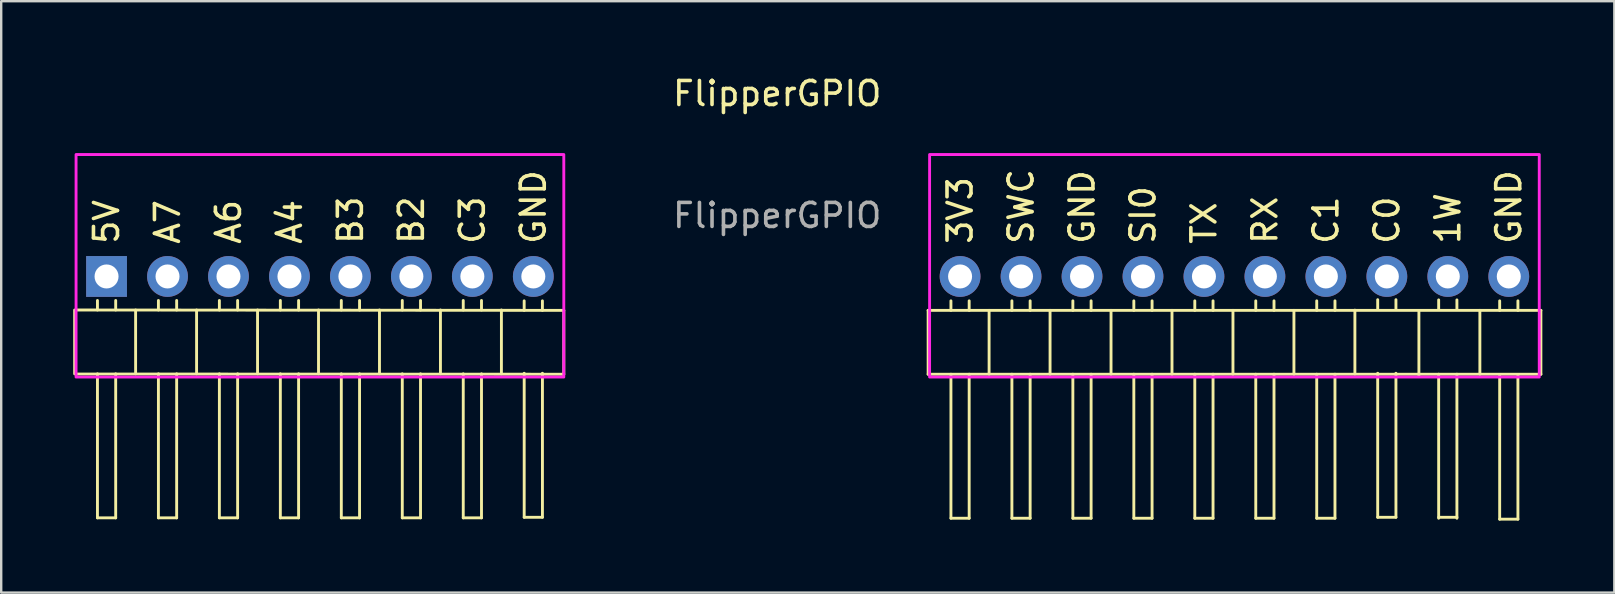
<source format=kicad_pcb>
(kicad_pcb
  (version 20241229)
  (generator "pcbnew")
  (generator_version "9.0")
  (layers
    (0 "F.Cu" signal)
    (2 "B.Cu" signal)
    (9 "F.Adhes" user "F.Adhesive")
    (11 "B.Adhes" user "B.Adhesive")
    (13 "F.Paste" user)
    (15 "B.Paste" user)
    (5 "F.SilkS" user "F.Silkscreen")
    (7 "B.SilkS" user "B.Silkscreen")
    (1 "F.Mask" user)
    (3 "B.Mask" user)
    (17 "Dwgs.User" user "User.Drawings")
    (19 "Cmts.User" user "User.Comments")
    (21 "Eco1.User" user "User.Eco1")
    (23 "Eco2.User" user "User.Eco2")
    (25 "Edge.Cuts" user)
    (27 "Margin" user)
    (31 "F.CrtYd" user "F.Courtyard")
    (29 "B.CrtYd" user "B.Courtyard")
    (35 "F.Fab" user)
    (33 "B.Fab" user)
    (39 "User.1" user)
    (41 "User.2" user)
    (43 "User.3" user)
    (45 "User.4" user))
  (footprint "FlipperGPIO"
    (layer "F.Cu")
    (at 19.169 8.468)
    (property "Reference" "FlipperGPIO" (at 10.16 -7.62 0) (unlocked yes) (layer "F.SilkS") (effects (font (size 1 1) (thickness 0.15))))
    (attr through_hole)
    (fp_line (start -19.109 1.397) (end -19.109 4.057) (stroke (width 0.12) (type solid)) (layer "F.SilkS"))
    (fp_line (start -19.05 4.064) (end 1.27 4.073) (stroke (width 0.12) (type solid)) (layer "F.SilkS"))
    (fp_line (start -18.159 1) (end -18.159 1.397) (stroke (width 0.12) (type solid)) (layer "F.SilkS"))
    (fp_line (start -18.159 10.057) (end -18.159 4.057) (stroke (width 0.12) (type solid)) (layer "F.SilkS"))
    (fp_line (start -17.399 1) (end -17.399 1.397) (stroke (width 0.12) (type solid)) (layer "F.SilkS"))
    (fp_line (start -17.399 4.057) (end -17.399 10.057) (stroke (width 0.12) (type solid)) (layer "F.SilkS"))
    (fp_line (start -17.399 10.057) (end -18.159 10.057) (stroke (width 0.12) (type solid)) (layer "F.SilkS"))
    (fp_line (start -16.569 1.397) (end -16.569 4.057) (stroke (width 0.12) (type solid)) (layer "F.SilkS"))
    (fp_line (start -15.619 1) (end -15.619 1.397) (stroke (width 0.12) (type solid)) (layer "F.SilkS"))
    (fp_line (start -15.619 10.057) (end -15.619 4.057) (stroke (width 0.12) (type solid)) (layer "F.SilkS"))
    (fp_line (start -14.859 1) (end -14.859 1.397) (stroke (width 0.12) (type solid)) (layer "F.SilkS"))
    (fp_line (start -14.859 4.057) (end -14.859 10.057) (stroke (width 0.12) (type solid)) (layer "F.SilkS"))
    (fp_line (start -14.859 10.057) (end -15.619 10.057) (stroke (width 0.12) (type solid)) (layer "F.SilkS"))
    (fp_line (start -14.029 1.397) (end -14.029 4.057) (stroke (width 0.12) (type solid)) (layer "F.SilkS"))
    (fp_line (start -13.079 1) (end -13.079 1.397) (stroke (width 0.12) (type solid)) (layer "F.SilkS"))
    (fp_line (start -13.079 10.057) (end -13.079 4.057) (stroke (width 0.12) (type solid)) (layer "F.SilkS"))
    (fp_line (start -12.319 1) (end -12.319 1.397) (stroke (width 0.12) (type solid)) (layer "F.SilkS"))
    (fp_line (start -12.319 4.057) (end -12.319 10.057) (stroke (width 0.12) (type solid)) (layer "F.SilkS"))
    (fp_line (start -12.319 10.057) (end -13.079 10.057) (stroke (width 0.12) (type solid)) (layer "F.SilkS"))
    (fp_line (start -11.489 1.397) (end -11.489 4.057) (stroke (width 0.12) (type solid)) (layer "F.SilkS"))
    (fp_line (start -10.539 1) (end -10.539 1.397) (stroke (width 0.12) (type solid)) (layer "F.SilkS"))
    (fp_line (start -10.539 10.057) (end -10.539 4.057) (stroke (width 0.12) (type solid)) (layer "F.SilkS"))
    (fp_line (start -9.779 1) (end -9.779 1.397) (stroke (width 0.12) (type solid)) (layer "F.SilkS"))
    (fp_line (start -9.779 4.057) (end -9.779 10.057) (stroke (width 0.12) (type solid)) (layer "F.SilkS"))
    (fp_line (start -9.779 10.057) (end -10.539 10.057) (stroke (width 0.12) (type solid)) (layer "F.SilkS"))
    (fp_line (start -8.949 1.397) (end -8.949 4.057) (stroke (width 0.12) (type solid)) (layer "F.SilkS"))
    (fp_line (start -7.999 1) (end -7.999 1.397) (stroke (width 0.12) (type solid)) (layer "F.SilkS"))
    (fp_line (start -7.999 10.057) (end -7.999 4.057) (stroke (width 0.12) (type solid)) (layer "F.SilkS"))
    (fp_line (start -7.239 1) (end -7.239 1.397) (stroke (width 0.12) (type solid)) (layer "F.SilkS"))
    (fp_line (start -7.239 4.057) (end -7.239 10.057) (stroke (width 0.12) (type solid)) (layer "F.SilkS"))
    (fp_line (start -7.239 10.057) (end -7.999 10.057) (stroke (width 0.12) (type solid)) (layer "F.SilkS"))
    (fp_line (start -6.409 1.397) (end -6.409 4.057) (stroke (width 0.12) (type solid)) (layer "F.SilkS"))
    (fp_line (start -5.459 1) (end -5.459 1.397) (stroke (width 0.12) (type solid)) (layer "F.SilkS"))
    (fp_line (start -5.459 10.057) (end -5.459 4.057) (stroke (width 0.12) (type solid)) (layer "F.SilkS"))
    (fp_line (start -4.699 1) (end -4.699 1.397) (stroke (width 0.12) (type solid)) (layer "F.SilkS"))
    (fp_line (start -4.699 4.057) (end -4.699 10.057) (stroke (width 0.12) (type solid)) (layer "F.SilkS"))
    (fp_line (start -4.699 10.057) (end -5.459 10.057) (stroke (width 0.12) (type solid)) (layer "F.SilkS"))
    (fp_line (start -3.869 1.397) (end -3.869 4.057) (stroke (width 0.12) (type solid)) (layer "F.SilkS"))
    (fp_line (start -2.919 1) (end -2.919 1.397) (stroke (width 0.12) (type solid)) (layer "F.SilkS"))
    (fp_line (start -2.919 10.057) (end -2.919 4.057) (stroke (width 0.12) (type solid)) (layer "F.SilkS"))
    (fp_line (start -2.159 1) (end -2.159 1.397) (stroke (width 0.12) (type solid)) (layer "F.SilkS"))
    (fp_line (start -2.159 4.057) (end -2.159 10.057) (stroke (width 0.12) (type solid)) (layer "F.SilkS"))
    (fp_line (start -2.159 10.057) (end -2.919 10.057) (stroke (width 0.12) (type solid)) (layer "F.SilkS"))
    (fp_line (start -1.329 1.397) (end -1.329 4.057) (stroke (width 0.12) (type solid)) (layer "F.SilkS"))
    (fp_line (start -0.381 1.016) (end -0.381 1.413) (stroke (width 0.12) (type solid)) (layer "F.SilkS"))
    (fp_line (start -0.38 10.033) (end -0.38 4.033) (stroke (width 0.12) (type solid)) (layer "F.SilkS"))
    (fp_line (start 0.379 1.016) (end 0.379 1.413) (stroke (width 0.12) (type solid)) (layer "F.SilkS"))
    (fp_line (start 0.38 4.033) (end 0.38 10.033) (stroke (width 0.12) (type solid)) (layer "F.SilkS"))
    (fp_line (start 0.38 10.033) (end -0.38 10.033) (stroke (width 0.12) (type solid)) (layer "F.SilkS"))
    (fp_line (start 1.27 1.413) (end -19.05 1.397) (stroke (width 0.12) (type solid)) (layer "F.SilkS"))
    (fp_line (start 1.27 1.413) (end 1.27 4.073) (stroke (width 0.12) (type solid)) (layer "F.SilkS"))
    (fp_line (start 16.449 1.413) (end 16.449 4.073) (stroke (width 0.12) (type solid)) (layer "F.SilkS"))
    (fp_line (start 16.449 1.413) (end 41.978 1.413) (stroke (width 0.12) (type solid)) (layer "F.SilkS"))
    (fp_line (start 16.449 4.073) (end 41.978 4.073) (stroke (width 0.12) (type solid)) (layer "F.SilkS"))
    (fp_line (start 17.399 1.016) (end 17.399 1.413) (stroke (width 0.12) (type solid)) (layer "F.SilkS"))
    (fp_line (start 17.399 10.073) (end 17.399 4.073) (stroke (width 0.12) (type solid)) (layer "F.SilkS"))
    (fp_line (start 18.159 1.016) (end 18.159 1.413) (stroke (width 0.12) (type solid)) (layer "F.SilkS"))
    (fp_line (start 18.159 4.073) (end 18.159 10.073) (stroke (width 0.12) (type solid)) (layer "F.SilkS"))
    (fp_line (start 18.159 10.073) (end 17.399 10.073) (stroke (width 0.12) (type solid)) (layer "F.SilkS"))
    (fp_line (start 18.989 1.413) (end 18.989 4.073) (stroke (width 0.12) (type solid)) (layer "F.SilkS"))
    (fp_line (start 19.939 1.016) (end 19.939 1.413) (stroke (width 0.12) (type solid)) (layer "F.SilkS"))
    (fp_line (start 19.939 10.073) (end 19.939 4.073) (stroke (width 0.12) (type solid)) (layer "F.SilkS"))
    (fp_line (start 20.699 1.016) (end 20.699 1.413) (stroke (width 0.12) (type solid)) (layer "F.SilkS"))
    (fp_line (start 20.699 4.073) (end 20.699 10.073) (stroke (width 0.12) (type solid)) (layer "F.SilkS"))
    (fp_line (start 20.699 10.073) (end 19.939 10.073) (stroke (width 0.12) (type solid)) (layer "F.SilkS"))
    (fp_line (start 21.529 1.413) (end 21.529 4.073) (stroke (width 0.12) (type solid)) (layer "F.SilkS"))
    (fp_line (start 22.479 1.016) (end 22.479 1.413) (stroke (width 0.12) (type solid)) (layer "F.SilkS"))
    (fp_line (start 22.479 10.073) (end 22.479 4.073) (stroke (width 0.12) (type solid)) (layer "F.SilkS"))
    (fp_line (start 23.239 1.016) (end 23.239 1.413) (stroke (width 0.12) (type solid)) (layer "F.SilkS"))
    (fp_line (start 23.239 4.073) (end 23.239 10.073) (stroke (width 0.12) (type solid)) (layer "F.SilkS"))
    (fp_line (start 23.239 10.073) (end 22.479 10.073) (stroke (width 0.12) (type solid)) (layer "F.SilkS"))
    (fp_line (start 24.069 1.413) (end 24.069 4.073) (stroke (width 0.12) (type solid)) (layer "F.SilkS"))
    (fp_line (start 25.019 1.016) (end 25.019 1.413) (stroke (width 0.12) (type solid)) (layer "F.SilkS"))
    (fp_line (start 25.019 10.073) (end 25.019 4.073) (stroke (width 0.12) (type solid)) (layer "F.SilkS"))
    (fp_line (start 25.779 1.016) (end 25.779 1.413) (stroke (width 0.12) (type solid)) (layer "F.SilkS"))
    (fp_line (start 25.779 4.073) (end 25.779 10.073) (stroke (width 0.12) (type solid)) (layer "F.SilkS"))
    (fp_line (start 25.779 10.073) (end 25.019 10.073) (stroke (width 0.12) (type solid)) (layer "F.SilkS"))
    (fp_line (start 26.609 1.413) (end 26.609 4.073) (stroke (width 0.12) (type solid)) (layer "F.SilkS"))
    (fp_line (start 27.559 1.016) (end 27.559 1.413) (stroke (width 0.12) (type solid)) (layer "F.SilkS"))
    (fp_line (start 27.559 10.073) (end 27.559 4.073) (stroke (width 0.12) (type solid)) (layer "F.SilkS"))
    (fp_line (start 28.319 1.016) (end 28.319 1.413) (stroke (width 0.12) (type solid)) (layer "F.SilkS"))
    (fp_line (start 28.319 4.073) (end 28.319 10.073) (stroke (width 0.12) (type solid)) (layer "F.SilkS"))
    (fp_line (start 28.319 10.073) (end 27.559 10.073) (stroke (width 0.12) (type solid)) (layer "F.SilkS"))
    (fp_line (start 29.149 1.413) (end 29.149 4.073) (stroke (width 0.12) (type solid)) (layer "F.SilkS"))
    (fp_line (start 30.099 1.016) (end 30.099 1.413) (stroke (width 0.12) (type solid)) (layer "F.SilkS"))
    (fp_line (start 30.099 10.073) (end 30.099 4.073) (stroke (width 0.12) (type solid)) (layer "F.SilkS"))
    (fp_line (start 30.859 1.016) (end 30.859 1.413) (stroke (width 0.12) (type solid)) (layer "F.SilkS"))
    (fp_line (start 30.859 4.073) (end 30.859 10.073) (stroke (width 0.12) (type solid)) (layer "F.SilkS"))
    (fp_line (start 30.859 10.073) (end 30.099 10.073) (stroke (width 0.12) (type solid)) (layer "F.SilkS"))
    (fp_line (start 31.689 1.413) (end 31.689 4.073) (stroke (width 0.12) (type solid)) (layer "F.SilkS"))
    (fp_line (start 32.639 1.016) (end 32.639 1.413) (stroke (width 0.12) (type solid)) (layer "F.SilkS"))
    (fp_line (start 32.639 10.073) (end 32.639 4.073) (stroke (width 0.12) (type solid)) (layer "F.SilkS"))
    (fp_line (start 33.399 1.016) (end 33.399 1.413) (stroke (width 0.12) (type solid)) (layer "F.SilkS"))
    (fp_line (start 33.399 4.073) (end 33.399 10.073) (stroke (width 0.12) (type solid)) (layer "F.SilkS"))
    (fp_line (start 33.399 10.073) (end 32.639 10.073) (stroke (width 0.12) (type solid)) (layer "F.SilkS"))
    (fp_line (start 34.229 1.404) (end 34.229 4.064) (stroke (width 0.12) (type solid)) (layer "F.SilkS"))
    (fp_line (start 35.179 0.968) (end 35.179 1.365) (stroke (width 0.12) (type solid)) (layer "F.SilkS"))
    (fp_line (start 35.179 10.033) (end 35.179 4.033) (stroke (width 0.12) (type solid)) (layer "F.SilkS"))
    (fp_line (start 35.939 0.968) (end 35.939 1.365) (stroke (width 0.12) (type solid)) (layer "F.SilkS"))
    (fp_line (start 35.939 4.033) (end 35.939 10.033) (stroke (width 0.12) (type solid)) (layer "F.SilkS"))
    (fp_line (start 35.939 10.033) (end 35.179 10.033) (stroke (width 0.12) (type solid)) (layer "F.SilkS"))
    (fp_line (start 36.896 1.462) (end 36.896 4.122) (stroke (width 0.12) (type solid)) (layer "F.SilkS"))
    (fp_line (start 37.719 0.977) (end 37.719 1.374) (stroke (width 0.12) (type solid)) (layer "F.SilkS"))
    (fp_line (start 37.719 10.073) (end 37.719 4.073) (stroke (width 0.12) (type solid)) (layer "F.SilkS"))
    (fp_line (start 38.479 0.977) (end 38.479 1.374) (stroke (width 0.12) (type solid)) (layer "F.SilkS"))
    (fp_line (start 38.479 4.073) (end 38.479 10.073) (stroke (width 0.12) (type solid)) (layer "F.SilkS"))
    (fp_line (start 38.48 10.033) (end 37.72 10.033) (stroke (width 0.12) (type solid)) (layer "F.SilkS"))
    (fp_line (start 39.436 1.413) (end 39.436 4.073) (stroke (width 0.12) (type solid)) (layer "F.SilkS"))
    (fp_line (start 40.261 1.016) (end 40.261 1.413) (stroke (width 0.12) (type solid)) (layer "F.SilkS"))
    (fp_line (start 40.261 10.112) (end 40.261 4.112) (stroke (width 0.12) (type solid)) (layer "F.SilkS"))
    (fp_line (start 41.021 1.016) (end 41.021 1.413) (stroke (width 0.12) (type solid)) (layer "F.SilkS"))
    (fp_line (start 41.021 4.112) (end 41.021 10.112) (stroke (width 0.12) (type solid)) (layer "F.SilkS"))
    (fp_line (start 41.021 10.112) (end 40.261 10.112) (stroke (width 0.12) (type solid)) (layer "F.SilkS"))
    (fp_line (start 41.978 1.413) (end 41.978 4.073) (stroke (width 0.12) (type solid)) (layer "F.SilkS"))
    (fp_rect (start 1.27 -5.08) (end -19.05 4.191) (stroke (width 0.12) (type solid)) (fill no) (layer "F.CrtYd"))
    (fp_rect (start 41.91 4.191) (end 16.51 -5.08) (stroke (width 0.12) (type solid)) (fill no) (layer "F.CrtYd"))
    (fp_text user "A6" (at -12.7 -1.27 90) (unlocked yes) (layer "F.SilkS") (effects (font (size 1 1) (thickness 0.15)) (justify left)))
    (fp_text user "B2" (at -5.08 -1.27 90) (unlocked yes) (layer "F.SilkS") (effects (font (size 1 1) (thickness 0.15)) (justify left)))
    (fp_text user "TX" (at 27.94 -1.27 90) (unlocked yes) (layer "F.SilkS") (effects (font (size 1 1) (thickness 0.15)) (justify left)))
    (fp_text user "1W" (at 38.1 -1.27 90) (unlocked yes) (layer "F.SilkS") (effects (font (size 1 1) (thickness 0.15)) (justify left)))
    (fp_text user "SWC" (at 20.32 -1.27 90) (unlocked yes) (layer "F.SilkS") (effects (font (size 1 1) (thickness 0.15)) (justify left)))
    (fp_text user "C3" (at -2.54 -1.27 90) (unlocked yes) (layer "F.SilkS") (effects (font (size 1 1) (thickness 0.15)) (justify left)))
    (fp_text user "B3" (at -7.62 -1.27 90) (unlocked yes) (layer "F.SilkS") (effects (font (size 1 1) (thickness 0.15)) (justify left)))
    (fp_text user "5V" (at -17.78 -1.27 90) (unlocked yes) (layer "F.SilkS") (effects (font (size 1 1) (thickness 0.15)) (justify left)))
    (fp_text user "A7" (at -15.24 -1.27 90) (unlocked yes) (layer "F.SilkS") (effects (font (size 1 1) (thickness 0.15)) (justify left)))
    (fp_text user "GND" (at 22.86 -1.27 90) (unlocked yes) (layer "F.SilkS") (effects (font (size 1 1) (thickness 0.15)) (justify left)))
    (fp_text user "GND" (at 40.64 -1.27 90) (unlocked yes) (layer "F.SilkS") (effects (font (size 1 1) (thickness 0.15)) (justify left)))
    (fp_text user "RX" (at 30.48 -1.27 90) (unlocked yes) (layer "F.SilkS") (effects (font (size 1 1) (thickness 0.15)) (justify left)))
    (fp_text user "GND" (at 0 -1.27 90) (unlocked yes) (layer "F.SilkS") (effects (font (size 1 1) (thickness 0.15)) (justify left)))
    (fp_text user "C1" (at 33.02 -1.27 90) (unlocked yes) (layer "F.SilkS") (effects (font (size 1 1) (thickness 0.15)) (justify left)))
    (fp_text user "3V3" (at 17.78 -1.27 90) (unlocked yes) (layer "F.SilkS") (effects (font (size 1 1) (thickness 0.15)) (justify left)))
    (fp_text user "A4" (at -10.16 -1.27 90) (unlocked yes) (layer "F.SilkS") (effects (font (size 1 1) (thickness 0.15)) (justify left)))
    (fp_text user "SI0" (at 25.4 -1.27 90) (unlocked yes) (layer "F.SilkS") (effects (font (size 1 1) (thickness 0.15)) (justify left)))
    (fp_text user "C0" (at 35.56 -1.27 90) (unlocked yes) (layer "F.SilkS") (effects (font (size 1 1) (thickness 0.15)) (justify left)))
    (fp_text user "${REFERENCE}" (at 10.16 -2.54 180) (layer "F.Fab") (effects (font (size 1 1) (thickness 0.15))))
    (pad "1" thru_hole rect (at -17.78 0 90) (size 1.7 1.7) (drill 1) (layers "*.Cu" "*.Mask"))
    (pad "2" thru_hole oval (at -15.24 0 90) (size 1.7 1.7) (drill 1) (layers "*.Cu" "*.Mask"))
    (pad "3" thru_hole oval (at -12.7 0 90) (size 1.7 1.7) (drill 1) (layers "*.Cu" "*.Mask"))
    (pad "4" thru_hole oval (at -10.16 0 90) (size 1.7 1.7) (drill 1) (layers "*.Cu" "*.Mask"))
    (pad "5" thru_hole oval (at -7.62 0 90) (size 1.7 1.7) (drill 1) (layers "*.Cu" "*.Mask"))
    (pad "6" thru_hole oval (at -5.08 0 90) (size 1.7 1.7) (drill 1) (layers "*.Cu" "*.Mask"))
    (pad "7" thru_hole oval (at -2.54 0 90) (size 1.7 1.7) (drill 1) (layers "*.Cu" "*.Mask"))
    (pad "8" thru_hole oval (at 0 0 90) (size 1.7 1.7) (drill 1) (layers "*.Cu" "*.Mask"))
    (pad "9" thru_hole circle (at 17.78 0 90) (size 1.7 1.7) (drill 1) (layers "*.Cu" "*.Mask"))
    (pad "10" thru_hole oval (at 20.32 0 90) (size 1.7 1.7) (drill 1) (layers "*.Cu" "*.Mask"))
    (pad "11" thru_hole oval (at 22.86 0 90) (size 1.7 1.7) (drill 1) (layers "*.Cu" "*.Mask"))
    (pad "12" thru_hole oval (at 25.4 0 90) (size 1.7 1.7) (drill 1) (layers "*.Cu" "*.Mask"))
    (pad "13" thru_hole oval (at 27.94 0 90) (size 1.7 1.7) (drill 1) (layers "*.Cu" "*.Mask"))
    (pad "14" thru_hole oval (at 30.48 0 90) (size 1.7 1.7) (drill 1) (layers "*.Cu" "*.Mask"))
    (pad "15" thru_hole oval (at 33.02 0 90) (size 1.7 1.7) (drill 1) (layers "*.Cu" "*.Mask"))
    (pad "16" thru_hole oval (at 35.56 0 90) (size 1.7 1.7) (drill 1) (layers "*.Cu" "*.Mask"))
    (pad "17" thru_hole oval (at 38.1 0 90) (size 1.7 1.7) (drill 1) (layers "*.Cu" "*.Mask"))
    (pad "18" thru_hole oval (at 40.64 0 90) (size 1.7 1.7) (drill 1) (layers "*.Cu" "*.Mask")))
  (gr_rect
    (start -3 -3)
    (end 64.207 21.64)
    (stroke (width 0.1) (type default))
    (fill no)
    (layer "Edge.Cuts")))
</source>
